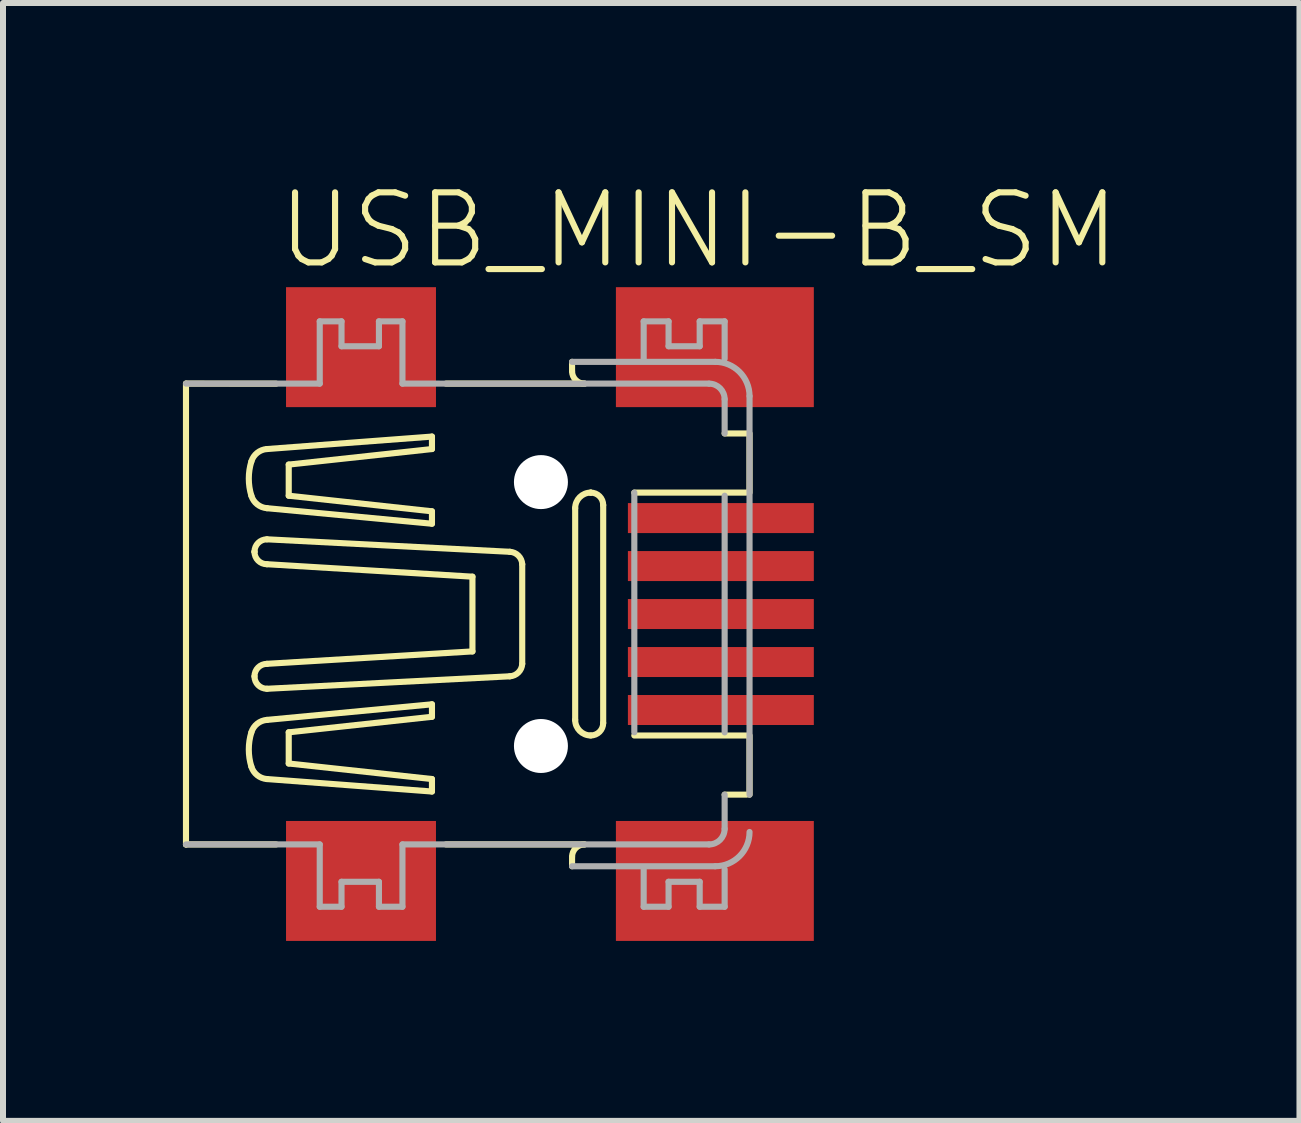
<source format=kicad_pcb>
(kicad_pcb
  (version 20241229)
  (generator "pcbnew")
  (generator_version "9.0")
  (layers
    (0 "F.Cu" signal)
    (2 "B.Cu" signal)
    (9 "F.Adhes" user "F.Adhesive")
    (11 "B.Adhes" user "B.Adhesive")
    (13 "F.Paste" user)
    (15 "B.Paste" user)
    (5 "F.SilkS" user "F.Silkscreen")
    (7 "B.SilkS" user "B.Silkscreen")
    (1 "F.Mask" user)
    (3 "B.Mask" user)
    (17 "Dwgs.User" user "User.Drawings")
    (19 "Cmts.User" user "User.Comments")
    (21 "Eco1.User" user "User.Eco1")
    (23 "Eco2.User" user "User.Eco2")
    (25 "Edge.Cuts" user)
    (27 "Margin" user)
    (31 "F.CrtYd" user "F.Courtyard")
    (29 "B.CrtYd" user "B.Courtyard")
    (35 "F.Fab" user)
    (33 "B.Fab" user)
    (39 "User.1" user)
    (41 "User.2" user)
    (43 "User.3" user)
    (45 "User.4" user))
  (footprint "USB_MINI-B_SM"
    (layer "F.Cu")
    (at 5.969 7.188)
    (property "Reference" "USB_MINI-B_SM" (at -4.445 -5.715 0) (unlocked yes) (layer "F.SilkS") (effects (font (size 1.168 1.168) (thickness 0.102)) (justify left bottom)))
    (fp_line (start -5.918 -3.842) (end -4.415 -3.841) (stroke (width 0.102) (type solid)) (layer "F.SilkS"))
    (fp_line (start -5.918 3.841) (end -5.918 -3.842) (stroke (width 0.102) (type solid)) (layer "F.SilkS"))
    (fp_line (start -5.918 3.841) (end -4.415 3.841) (stroke (width 0.102) (type solid)) (layer "F.SilkS"))
    (fp_line (start -5.918 3.841) (end -5.918 3.841) (stroke (width 0.102) (type solid)) (layer "F.SilkS"))
    (fp_line (start -4.776 -1.038) (end -4.776 -1.038) (stroke (width 0.102) (type solid)) (layer "F.SilkS"))
    (fp_line (start -4.569 -1.765) (end -1.817 -1.506) (stroke (width 0.102) (type solid)) (layer "F.SilkS"))
    (fp_line (start -4.569 -0.831) (end -1.142 -0.623) (stroke (width 0.102) (type solid)) (layer "F.SilkS"))
    (fp_line (start -4.569 0.83) (end -1.142 0.623) (stroke (width 0.102) (type solid)) (layer "F.SilkS"))
    (fp_line (start -4.569 1.765) (end -1.817 1.505) (stroke (width 0.102) (type solid)) (layer "F.SilkS"))
    (fp_line (start -4.568 -1.246) (end -0.519 -1.038) (stroke (width 0.102) (type solid)) (layer "F.SilkS"))
    (fp_line (start -4.568 1.246) (end -0.519 1.038) (stroke (width 0.102) (type solid)) (layer "F.SilkS"))
    (fp_line (start -4.205 -2.492) (end -1.817 -2.751) (stroke (width 0.102) (type solid)) (layer "F.SilkS"))
    (fp_line (start -4.205 -1.973) (end -4.205 -2.492) (stroke (width 0.102) (type solid)) (layer "F.SilkS"))
    (fp_line (start -4.205 1.972) (end -4.205 2.492) (stroke (width 0.102) (type solid)) (layer "F.SilkS"))
    (fp_line (start -4.205 2.492) (end -1.817 2.751) (stroke (width 0.102) (type solid)) (layer "F.SilkS"))
    (fp_line (start -1.817 -2.959) (end -4.569 -2.751) (stroke (width 0.102) (type solid)) (layer "F.SilkS"))
    (fp_line (start -1.817 -2.751) (end -1.817 -2.959) (stroke (width 0.102) (type solid)) (layer "F.SilkS"))
    (fp_line (start -1.817 -1.713) (end -4.205 -1.973) (stroke (width 0.102) (type solid)) (layer "F.SilkS"))
    (fp_line (start -1.817 -1.506) (end -1.817 -1.713) (stroke (width 0.102) (type solid)) (layer "F.SilkS"))
    (fp_line (start -1.817 1.505) (end -1.817 1.713) (stroke (width 0.102) (type solid)) (layer "F.SilkS"))
    (fp_line (start -1.817 1.713) (end -4.205 1.972) (stroke (width 0.102) (type solid)) (layer "F.SilkS"))
    (fp_line (start -1.817 2.751) (end -1.817 2.959) (stroke (width 0.102) (type solid)) (layer "F.SilkS"))
    (fp_line (start -1.817 2.959) (end -4.569 2.751) (stroke (width 0.102) (type solid)) (layer "F.SilkS"))
    (fp_line (start -1.583 3.841) (end 0.727 3.841) (stroke (width 0.102) (type solid)) (layer "F.SilkS"))
    (fp_line (start -1.583 -3.842) (end 0.727 -3.842) (stroke (width 0.102) (type solid)) (layer "F.SilkS"))
    (fp_line (start -1.142 0.623) (end -1.142 -0.623) (stroke (width 0.102) (type solid)) (layer "F.SilkS"))
    (fp_line (start -0.312 0.83) (end -0.312 -0.831) (stroke (width 0.102) (type solid)) (layer "F.SilkS"))
    (fp_line (start 0.519 -4.049) (end 0.519 -4.205) (stroke (width 0.102) (type solid)) (layer "F.SilkS"))
    (fp_line (start 0.519 4.049) (end 0.519 4.205) (stroke (width 0.102) (type solid)) (layer "F.SilkS"))
    (fp_line (start 0.571 -1.765) (end 0.571 1.765) (stroke (width 0.102) (type solid)) (layer "F.SilkS"))
    (fp_line (start 0.831 -2.025) (end 0.83 -2.025) (stroke (width 0.102) (type solid)) (layer "F.SilkS"))
    (fp_line (start 1.038 1.817) (end 1.038 -1.817) (stroke (width 0.102) (type solid)) (layer "F.SilkS"))
    (fp_line (start 1.557 -2.025) (end 3.426 -2.025) (stroke (width 0.102) (type solid)) (layer "F.SilkS"))
    (fp_line (start 1.557 2.025) (end 3.426 2.025) (stroke (width 0.102) (type solid)) (layer "F.SilkS"))
    (fp_line (start 3.063 -3.011) (end 3.426 -3.011) (stroke (width 0.102) (type solid)) (layer "F.SilkS"))
    (fp_line (start 3.063 3.011) (end 3.426 3.011) (stroke (width 0.102) (type solid)) (layer "F.SilkS"))
    (fp_line (start 3.478 2.025) (end 3.478 3.011) (stroke (width 0.102) (type solid)) (layer "F.SilkS"))
    (fp_line (start 3.478 -3.011) (end 3.478 -2.025) (stroke (width 0.102) (type solid)) (layer "F.SilkS"))
    (fp_arc (start -4.828 -2.5438) (mid -4.730297 -2.687659) (end -4.5685 -2.7514) (stroke (width 0.1016) (type solid)) (layer "F.SilkS"))
    (fp_arc (start -4.828 -1.9727) (mid -4.870802 -2.25825) (end -4.828 -2.5438) (stroke (width 0.1016) (type solid)) (layer "F.SilkS"))
    (fp_arc (start -4.828 1.9725) (mid -4.730298 1.828641) (end -4.568501 1.764899) (stroke (width 0.1016) (type solid)) (layer "F.SilkS"))
    (fp_arc (start -4.828 2.5436) (mid -4.870802 2.25805) (end -4.828 1.9725) (stroke (width 0.1016) (type solid)) (layer "F.SilkS"))
    (fp_arc (start -4.7761 -1.0383) (mid -4.715295 -1.185095) (end -4.5685 -1.2459) (stroke (width 0.1016) (type solid)) (layer "F.SilkS"))
    (fp_arc (start -4.7761 1.038) (mid -4.715295 0.891205) (end -4.5685 0.8304) (stroke (width 0.1016) (type solid)) (layer "F.SilkS"))
    (fp_arc (start -4.568501 -1.765099) (mid -4.730298 -1.828841) (end -4.828 -1.9727) (stroke (width 0.1016) (type solid)) (layer "F.SilkS"))
    (fp_arc (start -4.5685 -0.8306) (mid -4.715295 -0.891405) (end -4.7761 -1.0382) (stroke (width 0.1016) (type solid)) (layer "F.SilkS"))
    (fp_arc (start -4.5685 1.2457) (mid -4.715295 1.184895) (end -4.7761 1.0381) (stroke (width 0.1016) (type solid)) (layer "F.SilkS"))
    (fp_arc (start -4.5685 2.7512) (mid -4.730297 2.687459) (end -4.828 2.5436) (stroke (width 0.1016) (type solid)) (layer "F.SilkS"))
    (fp_arc (start -0.5192 -1.0383) (mid -0.375653 -0.974177) (end -0.311598 -0.8306) (stroke (width 0.1016) (type solid)) (layer "F.SilkS"))
    (fp_arc (start -0.311599 0.830399) (mid -0.375679 0.973951) (end -0.5192 1.0381) (stroke (width 0.1016) (type solid)) (layer "F.SilkS"))
    (fp_arc (start 0.519 4.049) (mid 0.579805 3.902205) (end 0.7266 3.8414) (stroke (width 0.1016) (type solid)) (layer "F.SilkS"))
    (fp_arc (start 0.570899 -1.765099) (mid 0.646934 -1.948565) (end 0.8304 -2.0246) (stroke (width 0.1016) (type solid)) (layer "F.SilkS"))
    (fp_arc (start 0.7266 -3.8416) (mid 0.579805 -3.902405) (end 0.519 -4.0492) (stroke (width 0.1016) (type solid)) (layer "F.SilkS"))
    (fp_arc (start 0.8304 2.0244) (mid 0.646993 1.948306) (end 0.570899 1.764899) (stroke (width 0.1016) (type solid)) (layer "F.SilkS"))
    (fp_arc (start 0.8305 -2.0246) (mid 0.977325 -1.963825) (end 1.0381 -1.817) (stroke (width 0.1016) (type solid)) (layer "F.SilkS"))
    (fp_arc (start 1.0381 1.8168) (mid 0.977325 1.963625) (end 0.8305 2.0244) (stroke (width 0.1016) (type solid)) (layer "F.SilkS"))
    (fp_line (start -5.918 -3.842) (end -3.688 -3.842) (stroke (width 0.102) (type solid)) (layer "F.Fab"))
    (fp_line (start -5.918 3.841) (end -3.688 3.841) (stroke (width 0.102) (type solid)) (layer "F.Fab"))
    (fp_line (start -3.688 -4.88) (end -3.325 -4.88) (stroke (width 0.102) (type solid)) (layer "F.Fab"))
    (fp_line (start -3.688 -3.842) (end -3.688 -4.88) (stroke (width 0.102) (type solid)) (layer "F.Fab"))
    (fp_line (start -3.688 3.841) (end -3.688 4.88) (stroke (width 0.102) (type solid)) (layer "F.Fab"))
    (fp_line (start -3.688 4.88) (end -3.325 4.88) (stroke (width 0.102) (type solid)) (layer "F.Fab"))
    (fp_line (start -3.325 -4.88) (end -3.325 -4.465) (stroke (width 0.102) (type solid)) (layer "F.Fab"))
    (fp_line (start -3.325 -4.465) (end -2.701 -4.465) (stroke (width 0.102) (type solid)) (layer "F.Fab"))
    (fp_line (start -3.325 4.464) (end -2.701 4.464) (stroke (width 0.102) (type solid)) (layer "F.Fab"))
    (fp_line (start -3.325 4.88) (end -3.325 4.464) (stroke (width 0.102) (type solid)) (layer "F.Fab"))
    (fp_line (start -2.701 -4.88) (end -2.309 -4.88) (stroke (width 0.102) (type solid)) (layer "F.Fab"))
    (fp_line (start -2.701 -4.465) (end -2.701 -4.88) (stroke (width 0.102) (type solid)) (layer "F.Fab"))
    (fp_line (start -2.701 4.464) (end -2.701 4.88) (stroke (width 0.102) (type solid)) (layer "F.Fab"))
    (fp_line (start -2.701 4.88) (end -2.309 4.88) (stroke (width 0.102) (type solid)) (layer "F.Fab"))
    (fp_line (start -2.309 -4.88) (end -2.309 -3.842) (stroke (width 0.102) (type solid)) (layer "F.Fab"))
    (fp_line (start -2.309 -3.842) (end 0.727 -3.841) (stroke (width 0.102) (type solid)) (layer "F.Fab"))
    (fp_line (start -2.309 3.841) (end 2.803 3.841) (stroke (width 0.102) (type solid)) (layer "F.Fab"))
    (fp_line (start -2.309 4.88) (end -2.309 3.841) (stroke (width 0.102) (type solid)) (layer "F.Fab"))
    (fp_line (start 0.519 -4.205) (end 2.907 -4.205) (stroke (width 0.102) (type solid)) (layer "F.Fab"))
    (fp_line (start 0.519 4.205) (end 2.907 4.205) (stroke (width 0.102) (type solid)) (layer "F.Fab"))
    (fp_line (start 1.557 1.972) (end 1.557 -2.025) (stroke (width 0.102) (type solid)) (layer "F.Fab"))
    (fp_line (start 1.713 -4.88) (end 2.128 -4.88) (stroke (width 0.102) (type solid)) (layer "F.Fab"))
    (fp_line (start 1.713 -4.257) (end 1.713 -4.88) (stroke (width 0.102) (type solid)) (layer "F.Fab"))
    (fp_line (start 1.713 4.257) (end 1.713 4.88) (stroke (width 0.102) (type solid)) (layer "F.Fab"))
    (fp_line (start 1.713 4.88) (end 2.128 4.88) (stroke (width 0.102) (type solid)) (layer "F.Fab"))
    (fp_line (start 2.128 -4.88) (end 2.128 -4.465) (stroke (width 0.102) (type solid)) (layer "F.Fab"))
    (fp_line (start 2.128 -4.465) (end 2.647 -4.465) (stroke (width 0.102) (type solid)) (layer "F.Fab"))
    (fp_line (start 2.128 4.464) (end 2.647 4.464) (stroke (width 0.102) (type solid)) (layer "F.Fab"))
    (fp_line (start 2.128 4.88) (end 2.128 4.464) (stroke (width 0.102) (type solid)) (layer "F.Fab"))
    (fp_line (start 2.647 -4.88) (end 3.063 -4.88) (stroke (width 0.102) (type solid)) (layer "F.Fab"))
    (fp_line (start 2.647 -4.465) (end 2.647 -4.88) (stroke (width 0.102) (type solid)) (layer "F.Fab"))
    (fp_line (start 2.647 4.464) (end 2.647 4.88) (stroke (width 0.102) (type solid)) (layer "F.Fab"))
    (fp_line (start 2.647 4.88) (end 3.063 4.88) (stroke (width 0.102) (type solid)) (layer "F.Fab"))
    (fp_line (start 2.803 -3.842) (end 0.727 -3.842) (stroke (width 0.102) (type solid)) (layer "F.Fab"))
    (fp_line (start 3.063 -4.88) (end 3.063 -4.257) (stroke (width 0.102) (type solid)) (layer "F.Fab"))
    (fp_line (start 3.063 -3.582) (end 3.063 -3.011) (stroke (width 0.102) (type solid)) (layer "F.Fab"))
    (fp_line (start 3.063 1.973) (end 3.063 -1.973) (stroke (width 0.102) (type solid)) (layer "F.Fab"))
    (fp_line (start 3.063 3.582) (end 3.063 3.011) (stroke (width 0.102) (type solid)) (layer "F.Fab"))
    (fp_line (start 3.063 4.88) (end 3.063 4.257) (stroke (width 0.102) (type solid)) (layer "F.Fab"))
    (fp_line (start 3.478 -3.634) (end 3.478 3.011) (stroke (width 0.102) (type solid)) (layer "F.Fab"))
    (fp_arc (start 2.8032 -3.8416) (mid 2.986694 -3.765594) (end 3.0627 -3.5821) (stroke (width 0.1016) (type solid)) (layer "F.Fab"))
    (fp_arc (start 2.907 -4.205) (mid 3.310829 -4.037729) (end 3.4781 -3.6339) (stroke (width 0.1016) (type solid)) (layer "F.Fab"))
    (fp_arc (start 3.0627 3.5819) (mid 2.986724 3.765424) (end 2.8032 3.8414) (stroke (width 0.1016) (type solid)) (layer "F.Fab"))
    (fp_arc (start 3.4781 3.6337) (mid 3.310858 4.037558) (end 2.907 4.2048) (stroke (width 0.1016) (type solid)) (layer "F.Fab"))
    (pad "" np_thru_hole circle (at 0 -2.2) (size 0.9 0.9) (drill 0.9) (layers "*.Cu" "*.Mask"))
    (pad "" np_thru_hole circle (at 0 2.2) (size 0.9 0.9) (drill 0.9) (layers "*.Cu" "*.Mask"))
    (pad "1" smd rect (at 3 -1.6) (size 3.1 0.5) (layers "F.Cu" "F.Mask" "F.Paste"))
    (pad "2" smd rect (at 3 -0.8) (size 3.1 0.5) (layers "F.Cu" "F.Mask" "F.Paste"))
    (pad "3" smd rect (at 3 0) (size 3.1 0.5) (layers "F.Cu" "F.Mask" "F.Paste"))
    (pad "4" smd rect (at 3 0.8) (size 3.1 0.5) (layers "F.Cu" "F.Mask" "F.Paste"))
    (pad "5" smd rect (at 3 1.6) (size 3.1 0.5) (layers "F.Cu" "F.Mask" "F.Paste"))
    (pad "M1" smd rect (at -3 4.45) (size 2.5 2) (layers "F.Cu" "F.Mask" "F.Paste"))
    (pad "M2" smd rect (at -3 -4.45) (size 2.5 2) (layers "F.Cu" "F.Mask" "F.Paste"))
    (pad "M3" smd rect (at 2.9 -4.45) (size 3.3 2) (layers "F.Cu" "F.Mask" "F.Paste"))
    (pad "M4" smd rect (at 2.9 4.45) (size 3.3 2) (layers "F.Cu" "F.Mask" "F.Paste")))
  (gr_rect
    (start -3 -3)
    (end 18.616 15.638)
    (stroke (width 0.1) (type default))
    (fill no)
    (layer "Edge.Cuts")))
</source>
